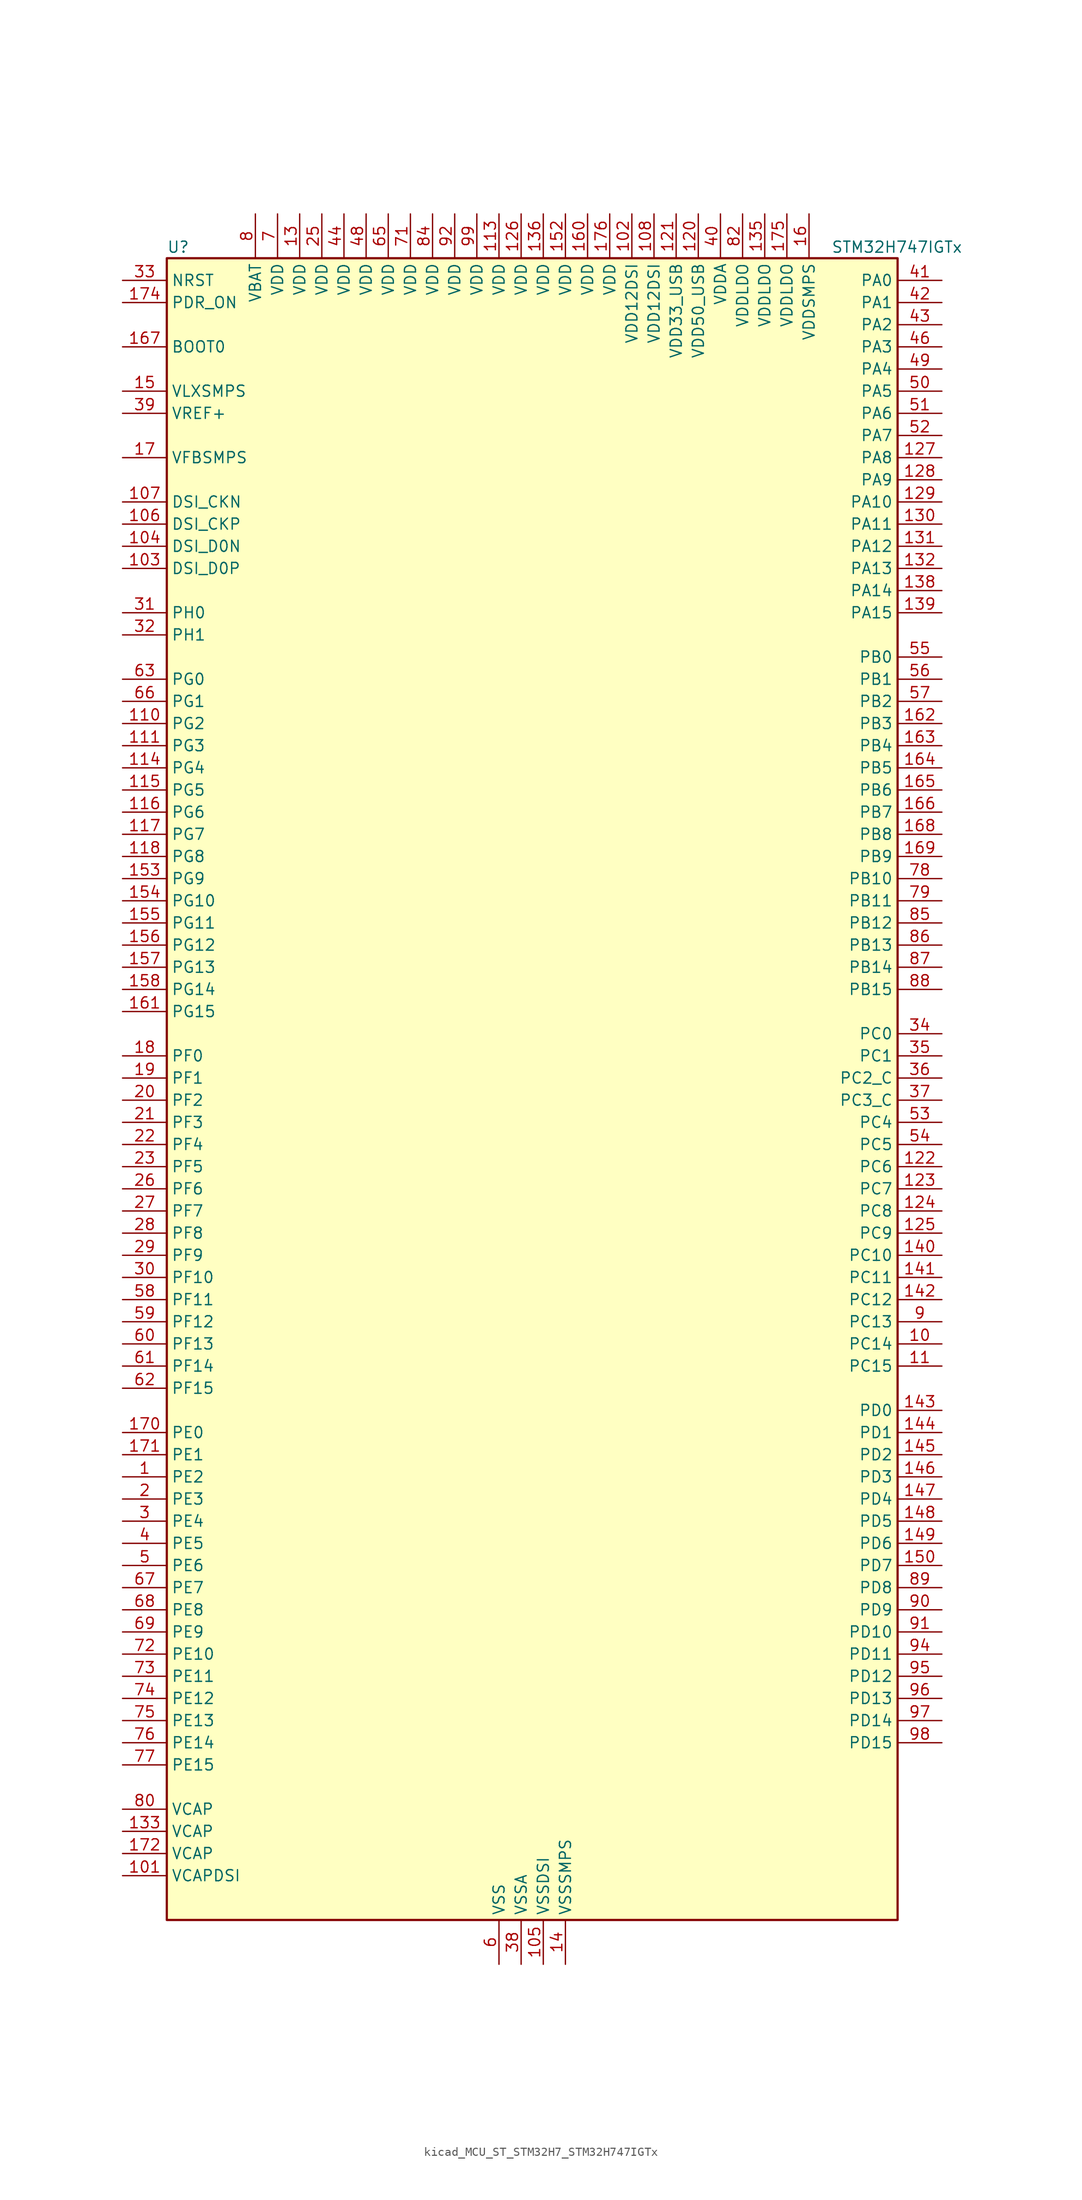
<source format=kicad_sym>
(kicad_symbol_lib
  (version 20220914)
  (generator kicad_symbol_editor)
  (symbol "kicad_MCU_ST_STM32H7_STM32H747IGTx"
    (property "Reference" "U"
      (at -40.64 97.79 0)
      (effects (font (size 1.27 1.27)) (justify left)))
    (property "Value" "STM32H747IGTx"
      (at 35.56 97.79 0)
      (effects (font (size 1.27 1.27)) (justify left)))
    (property "ki_locked" ""
      (at 0 0 0)
      (effects (font (size 1.27 1.27))))
    (symbol "kicad_MCU_ST_STM32H7_STM32H747IGTx_0_1"
      (rectangle (start -40.64 -93.98) (end 43.18 96.52) (stroke (width 0.254) (type default)) (fill (type background))))
    (symbol "kicad_MCU_ST_STM32H7_STM32H747IGTx_1_1"
      (pin bidirectional line (at -45.72 -43.18 0) (length 5.08) (name "PE2" (effects (font (size 1.27 1.27)))) (number "1" (effects (font (size 1.27 1.27)))) (alternate "DEBUG_TRACECLK" bidirectional line) (alternate "ETH_TXD3" bidirectional line) (alternate "FMC_A23" bidirectional line) (alternate "QUADSPI_BK1_IO2" bidirectional line) (alternate "SAI1_CK1" bidirectional line) (alternate "SAI1_MCLK_A" bidirectional line) (alternate "SAI4_CK1" bidirectional line) (alternate "SAI4_MCLK_A" bidirectional line) (alternate "SPI4_SCK" bidirectional line))
      (pin bidirectional line (at 48.26 -27.94 180) (length 5.08) (name "PC14" (effects (font (size 1.27 1.27)))) (number "10" (effects (font (size 1.27 1.27)))) (alternate "RCC_OSC32_IN" bidirectional line))
      (pin passive line (at -2.54 -99.06 90) (length 5.08) hide (name "VSS" (effects (font (size 1.27 1.27)))) (number "100" (effects (font (size 1.27 1.27)))))
      (pin power_out line (at -45.72 -88.9 0) (length 5.08) (name "VCAPDSI" (effects (font (size 1.27 1.27)))) (number "101" (effects (font (size 1.27 1.27)))))
      (pin power_in line (at 12.7 101.6 270) (length 5.08) (name "VDD12DSI" (effects (font (size 1.27 1.27)))) (number "102" (effects (font (size 1.27 1.27)))))
      (pin bidirectional line (at -45.72 60.96 0) (length 5.08) (name "DSI_D0P" (effects (font (size 1.27 1.27)))) (number "103" (effects (font (size 1.27 1.27)))) (alternate "DSIHOST_D0P" bidirectional line))
      (pin bidirectional line (at -45.72 63.5 0) (length 5.08) (name "DSI_D0N" (effects (font (size 1.27 1.27)))) (number "104" (effects (font (size 1.27 1.27)))) (alternate "DSIHOST_D0N" bidirectional line))
      (pin power_in line (at 2.54 -99.06 90) (length 5.08) (name "VSSDSI" (effects (font (size 1.27 1.27)))) (number "105" (effects (font (size 1.27 1.27)))))
      (pin bidirectional line (at -45.72 66.04 0) (length 5.08) (name "DSI_CKP" (effects (font (size 1.27 1.27)))) (number "106" (effects (font (size 1.27 1.27)))) (alternate "DSIHOST_CKP" bidirectional line))
      (pin bidirectional line (at -45.72 68.58 0) (length 5.08) (name "DSI_CKN" (effects (font (size 1.27 1.27)))) (number "107" (effects (font (size 1.27 1.27)))) (alternate "DSIHOST_CKN" bidirectional line))
      (pin power_in line (at 15.24 101.6 270) (length 5.08) (name "VDD12DSI" (effects (font (size 1.27 1.27)))) (number "108" (effects (font (size 1.27 1.27)))))
      (pin passive line (at 2.54 -99.06 90) (length 5.08) hide (name "VSSDSI" (effects (font (size 1.27 1.27)))) (number "109" (effects (font (size 1.27 1.27)))))
      (pin bidirectional line (at 48.26 -30.48 180) (length 5.08) (name "PC15" (effects (font (size 1.27 1.27)))) (number "11" (effects (font (size 1.27 1.27)))) (alternate "ADC1_EXTI15" bidirectional line) (alternate "ADC2_EXTI15" bidirectional line) (alternate "ADC3_EXTI15" bidirectional line) (alternate "RCC_OSC32_OUT" bidirectional line))
      (pin bidirectional line (at -45.72 43.18 0) (length 5.08) (name "PG2" (effects (font (size 1.27 1.27)))) (number "110" (effects (font (size 1.27 1.27)))) (alternate "FMC_A12" bidirectional line) (alternate "TIM8_BKIN" bidirectional line) (alternate "TIM8_BKIN_COMP1" bidirectional line) (alternate "TIM8_BKIN_COMP2" bidirectional line))
      (pin bidirectional line (at -45.72 40.64 0) (length 5.08) (name "PG3" (effects (font (size 1.27 1.27)))) (number "111" (effects (font (size 1.27 1.27)))) (alternate "FMC_A13" bidirectional line) (alternate "TIM8_BKIN2" bidirectional line) (alternate "TIM8_BKIN2_COMP1" bidirectional line) (alternate "TIM8_BKIN2_COMP2" bidirectional line))
      (pin passive line (at -2.54 -99.06 90) (length 5.08) hide (name "VSS" (effects (font (size 1.27 1.27)))) (number "112" (effects (font (size 1.27 1.27)))))
      (pin power_in line (at -2.54 101.6 270) (length 5.08) (name "VDD" (effects (font (size 1.27 1.27)))) (number "113" (effects (font (size 1.27 1.27)))))
      (pin bidirectional line (at -45.72 38.1 0) (length 5.08) (name "PG4" (effects (font (size 1.27 1.27)))) (number "114" (effects (font (size 1.27 1.27)))) (alternate "FMC_A14" bidirectional line) (alternate "FMC_BA0" bidirectional line) (alternate "TIM1_BKIN2" bidirectional line) (alternate "TIM1_BKIN2_COMP1" bidirectional line) (alternate "TIM1_BKIN2_COMP2" bidirectional line))
      (pin bidirectional line (at -45.72 35.56 0) (length 5.08) (name "PG5" (effects (font (size 1.27 1.27)))) (number "115" (effects (font (size 1.27 1.27)))) (alternate "FMC_A15" bidirectional line) (alternate "FMC_BA1" bidirectional line) (alternate "TIM1_ETR" bidirectional line))
      (pin bidirectional line (at -45.72 33.02 0) (length 5.08) (name "PG6" (effects (font (size 1.27 1.27)))) (number "116" (effects (font (size 1.27 1.27)))) (alternate "DCMI_D12" bidirectional line) (alternate "FMC_NE3" bidirectional line) (alternate "HRTIM_CHE1" bidirectional line) (alternate "LTDC_R7" bidirectional line) (alternate "QUADSPI_BK1_NCS" bidirectional line) (alternate "TIM17_BKIN" bidirectional line))
      (pin bidirectional line (at -45.72 30.48 0) (length 5.08) (name "PG7" (effects (font (size 1.27 1.27)))) (number "117" (effects (font (size 1.27 1.27)))) (alternate "DCMI_D13" bidirectional line) (alternate "FMC_INT" bidirectional line) (alternate "HRTIM_CHE2" bidirectional line) (alternate "LTDC_CLK" bidirectional line) (alternate "SAI1_MCLK_A" bidirectional line) (alternate "USART6_CK" bidirectional line))
      (pin bidirectional line (at -45.72 27.94 0) (length 5.08) (name "PG8" (effects (font (size 1.27 1.27)))) (number "118" (effects (font (size 1.27 1.27)))) (alternate "ETH_PPS_OUT" bidirectional line) (alternate "FMC_SDCLK" bidirectional line) (alternate "LTDC_G7" bidirectional line) (alternate "SPDIFRX1_IN2" bidirectional line) (alternate "SPI6_NSS" bidirectional line) (alternate "TIM8_ETR" bidirectional line) (alternate "USART6_DE" bidirectional line) (alternate "USART6_RTS" bidirectional line))
      (pin passive line (at -2.54 -99.06 90) (length 5.08) hide (name "VSS" (effects (font (size 1.27 1.27)))) (number "119" (effects (font (size 1.27 1.27)))))
      (pin passive line (at -2.54 -99.06 90) (length 5.08) hide (name "VSS" (effects (font (size 1.27 1.27)))) (number "12" (effects (font (size 1.27 1.27)))))
      (pin power_in line (at 20.32 101.6 270) (length 5.08) (name "VDD50_USB" (effects (font (size 1.27 1.27)))) (number "120" (effects (font (size 1.27 1.27)))))
      (pin power_in line (at 17.78 101.6 270) (length 5.08) (name "VDD33_USB" (effects (font (size 1.27 1.27)))) (number "121" (effects (font (size 1.27 1.27)))))
      (pin bidirectional line (at 48.26 -7.62 180) (length 5.08) (name "PC6" (effects (font (size 1.27 1.27)))) (number "122" (effects (font (size 1.27 1.27)))) (alternate "DCMI_D0" bidirectional line) (alternate "DFSDM1_CKIN3" bidirectional line) (alternate "FMC_NWAIT" bidirectional line) (alternate "HRTIM_CHA1" bidirectional line) (alternate "I2S2_MCK" bidirectional line) (alternate "LTDC_HSYNC" bidirectional line) (alternate "SDMMC1_D0DIR" bidirectional line) (alternate "SDMMC1_D6" bidirectional line) (alternate "SDMMC2_D6" bidirectional line) (alternate "SWPMI1_IO" bidirectional line) (alternate "TIM3_CH1" bidirectional line) (alternate "TIM8_CH1" bidirectional line) (alternate "USART6_TX" bidirectional line))
      (pin bidirectional line (at 48.26 -10.16 180) (length 5.08) (name "PC7" (effects (font (size 1.27 1.27)))) (number "123" (effects (font (size 1.27 1.27)))) (alternate "DCMI_D1" bidirectional line) (alternate "DEBUG_TRGIO" bidirectional line) (alternate "DFSDM1_DATIN3" bidirectional line) (alternate "FMC_NE1" bidirectional line) (alternate "HRTIM_CHA2" bidirectional line) (alternate "I2S3_MCK" bidirectional line) (alternate "LTDC_G6" bidirectional line) (alternate "SDMMC1_D123DIR" bidirectional line) (alternate "SDMMC1_D7" bidirectional line) (alternate "SDMMC2_D7" bidirectional line) (alternate "SWPMI1_TX" bidirectional line) (alternate "TIM3_CH2" bidirectional line) (alternate "TIM8_CH2" bidirectional line) (alternate "USART6_RX" bidirectional line))
      (pin bidirectional line (at 48.26 -12.7 180) (length 5.08) (name "PC8" (effects (font (size 1.27 1.27)))) (number "124" (effects (font (size 1.27 1.27)))) (alternate "DCMI_D2" bidirectional line) (alternate "DEBUG_TRACED1" bidirectional line) (alternate "FMC_NCE" bidirectional line) (alternate "FMC_NE2" bidirectional line) (alternate "HRTIM_CHB1" bidirectional line) (alternate "SDMMC1_D0" bidirectional line) (alternate "SWPMI1_RX" bidirectional line) (alternate "TIM3_CH3" bidirectional line) (alternate "TIM8_CH3" bidirectional line) (alternate "UART5_DE" bidirectional line) (alternate "UART5_RTS" bidirectional line) (alternate "USART6_CK" bidirectional line))
      (pin bidirectional line (at 48.26 -15.24 180) (length 5.08) (name "PC9" (effects (font (size 1.27 1.27)))) (number "125" (effects (font (size 1.27 1.27)))) (alternate "DAC1_EXTI9" bidirectional line) (alternate "DCMI_D3" bidirectional line) (alternate "I2C3_SDA" bidirectional line) (alternate "I2S_CKIN" bidirectional line) (alternate "LTDC_B2" bidirectional line) (alternate "LTDC_G3" bidirectional line) (alternate "QUADSPI_BK1_IO0" bidirectional line) (alternate "RCC_MCO_2" bidirectional line) (alternate "SDMMC1_D1" bidirectional line) (alternate "SWPMI1_SUSPEND" bidirectional line) (alternate "TIM3_CH4" bidirectional line) (alternate "TIM8_CH4" bidirectional line) (alternate "UART5_CTS" bidirectional line))
      (pin power_in line (at 0 101.6 270) (length 5.08) (name "VDD" (effects (font (size 1.27 1.27)))) (number "126" (effects (font (size 1.27 1.27)))))
      (pin bidirectional line (at 48.26 73.66 180) (length 5.08) (name "PA8" (effects (font (size 1.27 1.27)))) (number "127" (effects (font (size 1.27 1.27)))) (alternate "HRTIM_CHB2" bidirectional line) (alternate "I2C3_SCL" bidirectional line) (alternate "LTDC_B3" bidirectional line) (alternate "LTDC_R6" bidirectional line) (alternate "RCC_MCO_1" bidirectional line) (alternate "TIM1_CH1" bidirectional line) (alternate "TIM8_BKIN2" bidirectional line) (alternate "TIM8_BKIN2_COMP1" bidirectional line) (alternate "TIM8_BKIN2_COMP2" bidirectional line) (alternate "UART7_RX" bidirectional line) (alternate "USART1_CK" bidirectional line) (alternate "USB_OTG_FS_SOF" bidirectional line))
      (pin bidirectional line (at 48.26 71.12 180) (length 5.08) (name "PA9" (effects (font (size 1.27 1.27)))) (number "128" (effects (font (size 1.27 1.27)))) (alternate "DAC1_EXTI9" bidirectional line) (alternate "DCMI_D0" bidirectional line) (alternate "HRTIM_CHC1" bidirectional line) (alternate "I2C3_SMBA" bidirectional line) (alternate "I2S2_CK" bidirectional line) (alternate "LPUART1_TX" bidirectional line) (alternate "LTDC_R5" bidirectional line) (alternate "SPI2_SCK" bidirectional line) (alternate "TIM1_CH2" bidirectional line) (alternate "USART1_TX" bidirectional line) (alternate "USB_OTG_FS_VBUS" bidirectional line))
      (pin bidirectional line (at 48.26 68.58 180) (length 5.08) (name "PA10" (effects (font (size 1.27 1.27)))) (number "129" (effects (font (size 1.27 1.27)))) (alternate "DCMI_D1" bidirectional line) (alternate "HRTIM_CHC2" bidirectional line) (alternate "LPUART1_RX" bidirectional line) (alternate "LTDC_B1" bidirectional line) (alternate "LTDC_B4" bidirectional line) (alternate "MDIOS_MDIO" bidirectional line) (alternate "TIM1_CH3" bidirectional line) (alternate "USART1_RX" bidirectional line) (alternate "USB_OTG_FS_ID" bidirectional line))
      (pin power_in line (at -25.4 101.6 270) (length 5.08) (name "VDD" (effects (font (size 1.27 1.27)))) (number "13" (effects (font (size 1.27 1.27)))))
      (pin bidirectional line (at 48.26 66.04 180) (length 5.08) (name "PA11" (effects (font (size 1.27 1.27)))) (number "130" (effects (font (size 1.27 1.27)))) (alternate "ADC1_EXTI11" bidirectional line) (alternate "ADC2_EXTI11" bidirectional line) (alternate "ADC3_EXTI11" bidirectional line) (alternate "FDCAN1_RX" bidirectional line) (alternate "HRTIM_CHD1" bidirectional line) (alternate "I2S2_WS" bidirectional line) (alternate "LPUART1_CTS" bidirectional line) (alternate "LTDC_R4" bidirectional line) (alternate "SPI2_NSS" bidirectional line) (alternate "TIM1_CH4" bidirectional line) (alternate "UART4_RX" bidirectional line) (alternate "USART1_CTS" bidirectional line) (alternate "USART1_NSS" bidirectional line) (alternate "USB_OTG_FS_DM" bidirectional line))
      (pin bidirectional line (at 48.26 63.5 180) (length 5.08) (name "PA12" (effects (font (size 1.27 1.27)))) (number "131" (effects (font (size 1.27 1.27)))) (alternate "FDCAN1_TX" bidirectional line) (alternate "HRTIM_CHD2" bidirectional line) (alternate "I2S2_CK" bidirectional line) (alternate "LPUART1_DE" bidirectional line) (alternate "LPUART1_RTS" bidirectional line) (alternate "LTDC_R5" bidirectional line) (alternate "SAI2_FS_B" bidirectional line) (alternate "SPI2_SCK" bidirectional line) (alternate "TIM1_ETR" bidirectional line) (alternate "UART4_TX" bidirectional line) (alternate "USART1_DE" bidirectional line) (alternate "USART1_RTS" bidirectional line) (alternate "USB_OTG_FS_DP" bidirectional line))
      (pin bidirectional line (at 48.26 60.96 180) (length 5.08) (name "PA13" (effects (font (size 1.27 1.27)))) (number "132" (effects (font (size 1.27 1.27)))) (alternate "DEBUG_JTMS-SWDIO" bidirectional line))
      (pin power_out line (at -45.72 -83.82 0) (length 5.08) (name "VCAP" (effects (font (size 1.27 1.27)))) (number "133" (effects (font (size 1.27 1.27)))))
      (pin passive line (at -2.54 -99.06 90) (length 5.08) hide (name "VSS" (effects (font (size 1.27 1.27)))) (number "134" (effects (font (size 1.27 1.27)))))
      (pin power_in line (at 27.94 101.6 270) (length 5.08) (name "VDDLDO" (effects (font (size 1.27 1.27)))) (number "135" (effects (font (size 1.27 1.27)))))
      (pin power_in line (at 2.54 101.6 270) (length 5.08) (name "VDD" (effects (font (size 1.27 1.27)))) (number "136" (effects (font (size 1.27 1.27)))))
      (pin passive line (at -2.54 -99.06 90) (length 5.08) hide (name "VSS" (effects (font (size 1.27 1.27)))) (number "137" (effects (font (size 1.27 1.27)))))
      (pin bidirectional line (at 48.26 58.42 180) (length 5.08) (name "PA14" (effects (font (size 1.27 1.27)))) (number "138" (effects (font (size 1.27 1.27)))) (alternate "DEBUG_JTCK-SWCLK" bidirectional line))
      (pin bidirectional line (at 48.26 55.88 180) (length 5.08) (name "PA15" (effects (font (size 1.27 1.27)))) (number "139" (effects (font (size 1.27 1.27)))) (alternate "ADC1_EXTI15" bidirectional line) (alternate "ADC2_EXTI15" bidirectional line) (alternate "ADC3_EXTI15" bidirectional line) (alternate "CEC" bidirectional line) (alternate "DEBUG_JTDI" bidirectional line) (alternate "DSIHOST_TE" bidirectional line) (alternate "HRTIM_FLT1" bidirectional line) (alternate "I2S1_WS" bidirectional line) (alternate "I2S3_WS" bidirectional line) (alternate "SPI1_NSS" bidirectional line) (alternate "SPI3_NSS" bidirectional line) (alternate "SPI6_NSS" bidirectional line) (alternate "TIM2_CH1" bidirectional line) (alternate "TIM2_ETR" bidirectional line) (alternate "UART4_DE" bidirectional line) (alternate "UART4_RTS" bidirectional line) (alternate "UART7_TX" bidirectional line))
      (pin power_in line (at 5.08 -99.06 90) (length 5.08) (name "VSSSMPS" (effects (font (size 1.27 1.27)))) (number "14" (effects (font (size 1.27 1.27)))))
      (pin bidirectional line (at 48.26 -17.78 180) (length 5.08) (name "PC10" (effects (font (size 1.27 1.27)))) (number "140" (effects (font (size 1.27 1.27)))) (alternate "DCMI_D8" bidirectional line) (alternate "DFSDM1_CKIN5" bidirectional line) (alternate "HRTIM_EEV1" bidirectional line) (alternate "I2S3_CK" bidirectional line) (alternate "LTDC_R2" bidirectional line) (alternate "QUADSPI_BK1_IO1" bidirectional line) (alternate "SDMMC1_D2" bidirectional line) (alternate "SPI3_SCK" bidirectional line) (alternate "UART4_TX" bidirectional line) (alternate "USART3_TX" bidirectional line))
      (pin bidirectional line (at 48.26 -20.32 180) (length 5.08) (name "PC11" (effects (font (size 1.27 1.27)))) (number "141" (effects (font (size 1.27 1.27)))) (alternate "ADC1_EXTI11" bidirectional line) (alternate "ADC2_EXTI11" bidirectional line) (alternate "ADC3_EXTI11" bidirectional line) (alternate "DCMI_D4" bidirectional line) (alternate "DFSDM1_DATIN5" bidirectional line) (alternate "HRTIM_FLT2" bidirectional line) (alternate "I2S3_SDI" bidirectional line) (alternate "QUADSPI_BK2_NCS" bidirectional line) (alternate "SDMMC1_D3" bidirectional line) (alternate "SPI3_MISO" bidirectional line) (alternate "UART4_RX" bidirectional line) (alternate "USART3_RX" bidirectional line))
      (pin bidirectional line (at 48.26 -22.86 180) (length 5.08) (name "PC12" (effects (font (size 1.27 1.27)))) (number "142" (effects (font (size 1.27 1.27)))) (alternate "DCMI_D9" bidirectional line) (alternate "DEBUG_TRACED3" bidirectional line) (alternate "HRTIM_EEV2" bidirectional line) (alternate "I2S3_SDO" bidirectional line) (alternate "SDMMC1_CK" bidirectional line) (alternate "SPI3_MOSI" bidirectional line) (alternate "UART5_TX" bidirectional line) (alternate "USART3_CK" bidirectional line))
      (pin bidirectional line (at 48.26 -35.56 180) (length 5.08) (name "PD0" (effects (font (size 1.27 1.27)))) (number "143" (effects (font (size 1.27 1.27)))) (alternate "DFSDM1_CKIN6" bidirectional line) (alternate "FDCAN1_RX" bidirectional line) (alternate "FMC_D2" bidirectional line) (alternate "FMC_DA2" bidirectional line) (alternate "SAI3_SCK_A" bidirectional line) (alternate "UART4_RX" bidirectional line))
      (pin bidirectional line (at 48.26 -38.1 180) (length 5.08) (name "PD1" (effects (font (size 1.27 1.27)))) (number "144" (effects (font (size 1.27 1.27)))) (alternate "DFSDM1_DATIN6" bidirectional line) (alternate "FDCAN1_TX" bidirectional line) (alternate "FMC_D3" bidirectional line) (alternate "FMC_DA3" bidirectional line) (alternate "SAI3_SD_A" bidirectional line) (alternate "UART4_TX" bidirectional line))
      (pin bidirectional line (at 48.26 -40.64 180) (length 5.08) (name "PD2" (effects (font (size 1.27 1.27)))) (number "145" (effects (font (size 1.27 1.27)))) (alternate "DCMI_D11" bidirectional line) (alternate "DEBUG_TRACED2" bidirectional line) (alternate "SDMMC1_CMD" bidirectional line) (alternate "TIM3_ETR" bidirectional line) (alternate "UART5_RX" bidirectional line))
      (pin bidirectional line (at 48.26 -43.18 180) (length 5.08) (name "PD3" (effects (font (size 1.27 1.27)))) (number "146" (effects (font (size 1.27 1.27)))) (alternate "DCMI_D5" bidirectional line) (alternate "DFSDM1_CKOUT" bidirectional line) (alternate "FMC_CLK" bidirectional line) (alternate "I2S2_CK" bidirectional line) (alternate "LTDC_G7" bidirectional line) (alternate "SPI2_SCK" bidirectional line) (alternate "USART2_CTS" bidirectional line) (alternate "USART2_NSS" bidirectional line))
      (pin bidirectional line (at 48.26 -45.72 180) (length 5.08) (name "PD4" (effects (font (size 1.27 1.27)))) (number "147" (effects (font (size 1.27 1.27)))) (alternate "FMC_NOE" bidirectional line) (alternate "HRTIM_FLT3" bidirectional line) (alternate "SAI3_FS_A" bidirectional line) (alternate "USART2_DE" bidirectional line) (alternate "USART2_RTS" bidirectional line))
      (pin bidirectional line (at 48.26 -48.26 180) (length 5.08) (name "PD5" (effects (font (size 1.27 1.27)))) (number "148" (effects (font (size 1.27 1.27)))) (alternate "FMC_NWE" bidirectional line) (alternate "HRTIM_EEV3" bidirectional line) (alternate "USART2_TX" bidirectional line))
      (pin bidirectional line (at 48.26 -50.8 180) (length 5.08) (name "PD6" (effects (font (size 1.27 1.27)))) (number "149" (effects (font (size 1.27 1.27)))) (alternate "DCMI_D10" bidirectional line) (alternate "DFSDM1_CKIN4" bidirectional line) (alternate "DFSDM1_DATIN1" bidirectional line) (alternate "FMC_NWAIT" bidirectional line) (alternate "I2S3_SDO" bidirectional line) (alternate "LTDC_B2" bidirectional line) (alternate "SAI1_D1" bidirectional line) (alternate "SAI1_SD_A" bidirectional line) (alternate "SAI4_D1" bidirectional line) (alternate "SAI4_SD_A" bidirectional line) (alternate "SDMMC2_CK" bidirectional line) (alternate "SPI3_MOSI" bidirectional line) (alternate "USART2_RX" bidirectional line))
      (pin power_in line (at -45.72 81.28 0) (length 5.08) (name "VLXSMPS" (effects (font (size 1.27 1.27)))) (number "15" (effects (font (size 1.27 1.27)))))
      (pin bidirectional line (at 48.26 -53.34 180) (length 5.08) (name "PD7" (effects (font (size 1.27 1.27)))) (number "150" (effects (font (size 1.27 1.27)))) (alternate "DFSDM1_CKIN1" bidirectional line) (alternate "DFSDM1_DATIN4" bidirectional line) (alternate "FMC_NE1" bidirectional line) (alternate "I2S1_SDO" bidirectional line) (alternate "SDMMC2_CMD" bidirectional line) (alternate "SPDIFRX1_IN0" bidirectional line) (alternate "SPI1_MOSI" bidirectional line) (alternate "USART2_CK" bidirectional line))
      (pin passive line (at -2.54 -99.06 90) (length 5.08) hide (name "VSS" (effects (font (size 1.27 1.27)))) (number "151" (effects (font (size 1.27 1.27)))))
      (pin power_in line (at 5.08 101.6 270) (length 5.08) (name "VDD" (effects (font (size 1.27 1.27)))) (number "152" (effects (font (size 1.27 1.27)))))
      (pin bidirectional line (at -45.72 25.4 0) (length 5.08) (name "PG9" (effects (font (size 1.27 1.27)))) (number "153" (effects (font (size 1.27 1.27)))) (alternate "DAC1_EXTI9" bidirectional line) (alternate "DCMI_VSYNC" bidirectional line) (alternate "FMC_NCE" bidirectional line) (alternate "FMC_NE2" bidirectional line) (alternate "I2S1_SDI" bidirectional line) (alternate "QUADSPI_BK2_IO2" bidirectional line) (alternate "SAI2_FS_B" bidirectional line) (alternate "SPDIFRX1_IN3" bidirectional line) (alternate "SPI1_MISO" bidirectional line) (alternate "USART6_RX" bidirectional line))
      (pin bidirectional line (at -45.72 22.86 0) (length 5.08) (name "PG10" (effects (font (size 1.27 1.27)))) (number "154" (effects (font (size 1.27 1.27)))) (alternate "DCMI_D2" bidirectional line) (alternate "FMC_NE3" bidirectional line) (alternate "HRTIM_FLT5" bidirectional line) (alternate "I2S1_WS" bidirectional line) (alternate "LTDC_B2" bidirectional line) (alternate "LTDC_G3" bidirectional line) (alternate "SAI2_SD_B" bidirectional line) (alternate "SPI1_NSS" bidirectional line))
      (pin bidirectional line (at -45.72 20.32 0) (length 5.08) (name "PG11" (effects (font (size 1.27 1.27)))) (number "155" (effects (font (size 1.27 1.27)))) (alternate "ADC1_EXTI11" bidirectional line) (alternate "ADC2_EXTI11" bidirectional line) (alternate "ADC3_EXTI11" bidirectional line) (alternate "DCMI_D3" bidirectional line) (alternate "ETH_TX_EN" bidirectional line) (alternate "HRTIM_EEV4" bidirectional line) (alternate "I2S1_CK" bidirectional line) (alternate "LPTIM1_IN2" bidirectional line) (alternate "LTDC_B3" bidirectional line) (alternate "SDMMC2_D2" bidirectional line) (alternate "SPDIFRX1_IN0" bidirectional line) (alternate "SPI1_SCK" bidirectional line))
      (pin bidirectional line (at -45.72 17.78 0) (length 5.08) (name "PG12" (effects (font (size 1.27 1.27)))) (number "156" (effects (font (size 1.27 1.27)))) (alternate "ETH_TXD1" bidirectional line) (alternate "FMC_NE4" bidirectional line) (alternate "HRTIM_EEV5" bidirectional line) (alternate "LPTIM1_IN1" bidirectional line) (alternate "LTDC_B1" bidirectional line) (alternate "LTDC_B4" bidirectional line) (alternate "SPDIFRX1_IN1" bidirectional line) (alternate "SPI6_MISO" bidirectional line) (alternate "USART6_DE" bidirectional line) (alternate "USART6_RTS" bidirectional line))
      (pin bidirectional line (at -45.72 15.24 0) (length 5.08) (name "PG13" (effects (font (size 1.27 1.27)))) (number "157" (effects (font (size 1.27 1.27)))) (alternate "DEBUG_TRACED0" bidirectional line) (alternate "ETH_TXD0" bidirectional line) (alternate "FMC_A24" bidirectional line) (alternate "HRTIM_EEV10" bidirectional line) (alternate "LPTIM1_OUT" bidirectional line) (alternate "LTDC_R0" bidirectional line) (alternate "SPI6_SCK" bidirectional line) (alternate "USART6_CTS" bidirectional line) (alternate "USART6_NSS" bidirectional line))
      (pin bidirectional line (at -45.72 12.7 0) (length 5.08) (name "PG14" (effects (font (size 1.27 1.27)))) (number "158" (effects (font (size 1.27 1.27)))) (alternate "DEBUG_TRACED1" bidirectional line) (alternate "ETH_TXD1" bidirectional line) (alternate "FMC_A25" bidirectional line) (alternate "LPTIM1_ETR" bidirectional line) (alternate "LTDC_B0" bidirectional line) (alternate "QUADSPI_BK2_IO3" bidirectional line) (alternate "SPI6_MOSI" bidirectional line) (alternate "USART6_TX" bidirectional line))
      (pin passive line (at -2.54 -99.06 90) (length 5.08) hide (name "VSS" (effects (font (size 1.27 1.27)))) (number "159" (effects (font (size 1.27 1.27)))))
      (pin power_in line (at 33.02 101.6 270) (length 5.08) (name "VDDSMPS" (effects (font (size 1.27 1.27)))) (number "16" (effects (font (size 1.27 1.27)))))
      (pin power_in line (at 7.62 101.6 270) (length 5.08) (name "VDD" (effects (font (size 1.27 1.27)))) (number "160" (effects (font (size 1.27 1.27)))))
      (pin bidirectional line (at -45.72 10.16 0) (length 5.08) (name "PG15" (effects (font (size 1.27 1.27)))) (number "161" (effects (font (size 1.27 1.27)))) (alternate "ADC1_EXTI15" bidirectional line) (alternate "ADC2_EXTI15" bidirectional line) (alternate "ADC3_EXTI15" bidirectional line) (alternate "DCMI_D13" bidirectional line) (alternate "FMC_SDNCAS" bidirectional line) (alternate "USART6_CTS" bidirectional line) (alternate "USART6_NSS" bidirectional line))
      (pin bidirectional line (at 48.26 43.18 180) (length 5.08) (name "PB3" (effects (font (size 1.27 1.27)))) (number "162" (effects (font (size 1.27 1.27)))) (alternate "CRS_SYNC" bidirectional line) (alternate "DEBUG_JTDO-SWO" bidirectional line) (alternate "HRTIM_FLT4" bidirectional line) (alternate "I2S1_CK" bidirectional line) (alternate "I2S3_CK" bidirectional line) (alternate "SDMMC2_D2" bidirectional line) (alternate "SPI1_SCK" bidirectional line) (alternate "SPI3_SCK" bidirectional line) (alternate "SPI6_SCK" bidirectional line) (alternate "TIM2_CH2" bidirectional line) (alternate "UART7_RX" bidirectional line))
      (pin bidirectional line (at 48.26 40.64 180) (length 5.08) (name "PB4" (effects (font (size 1.27 1.27)))) (number "163" (effects (font (size 1.27 1.27)))) (alternate "DEBUG_JTRST" bidirectional line) (alternate "HRTIM_EEV6" bidirectional line) (alternate "I2S1_SDI" bidirectional line) (alternate "I2S2_WS" bidirectional line) (alternate "I2S3_SDI" bidirectional line) (alternate "SDMMC2_D3" bidirectional line) (alternate "SPI1_MISO" bidirectional line) (alternate "SPI2_NSS" bidirectional line) (alternate "SPI3_MISO" bidirectional line) (alternate "SPI6_MISO" bidirectional line) (alternate "TIM16_BKIN" bidirectional line) (alternate "TIM3_CH1" bidirectional line) (alternate "UART7_TX" bidirectional line))
      (pin bidirectional line (at 48.26 38.1 180) (length 5.08) (name "PB5" (effects (font (size 1.27 1.27)))) (number "164" (effects (font (size 1.27 1.27)))) (alternate "DCMI_D10" bidirectional line) (alternate "ETH_PPS_OUT" bidirectional line) (alternate "FDCAN2_RX" bidirectional line) (alternate "FMC_SDCKE1" bidirectional line) (alternate "HRTIM_EEV7" bidirectional line) (alternate "I2C1_SMBA" bidirectional line) (alternate "I2C4_SMBA" bidirectional line) (alternate "I2S1_SDO" bidirectional line) (alternate "I2S3_SDO" bidirectional line) (alternate "SPI1_MOSI" bidirectional line) (alternate "SPI3_MOSI" bidirectional line) (alternate "SPI6_MOSI" bidirectional line) (alternate "TIM17_BKIN" bidirectional line) (alternate "TIM3_CH2" bidirectional line) (alternate "UART5_RX" bidirectional line) (alternate "USB_OTG_HS_ULPI_D7" bidirectional line))
      (pin bidirectional line (at 48.26 35.56 180) (length 5.08) (name "PB6" (effects (font (size 1.27 1.27)))) (number "165" (effects (font (size 1.27 1.27)))) (alternate "CEC" bidirectional line) (alternate "DCMI_D5" bidirectional line) (alternate "DFSDM1_DATIN5" bidirectional line) (alternate "FDCAN2_TX" bidirectional line) (alternate "FMC_SDNE1" bidirectional line) (alternate "HRTIM_EEV8" bidirectional line) (alternate "I2C1_SCL" bidirectional line) (alternate "I2C4_SCL" bidirectional line) (alternate "LPUART1_TX" bidirectional line) (alternate "QUADSPI_BK1_NCS" bidirectional line) (alternate "TIM16_CH1N" bidirectional line) (alternate "TIM4_CH1" bidirectional line) (alternate "UART5_TX" bidirectional line) (alternate "USART1_TX" bidirectional line))
      (pin bidirectional line (at 48.26 33.02 180) (length 5.08) (name "PB7" (effects (font (size 1.27 1.27)))) (number "166" (effects (font (size 1.27 1.27)))) (alternate "DCMI_VSYNC" bidirectional line) (alternate "DFSDM1_CKIN5" bidirectional line) (alternate "FMC_NL" bidirectional line) (alternate "HRTIM_EEV9" bidirectional line) (alternate "I2C1_SDA" bidirectional line) (alternate "I2C4_SDA" bidirectional line) (alternate "LPUART1_RX" bidirectional line) (alternate "PWR_PVD_IN" bidirectional line) (alternate "TIM17_CH1N" bidirectional line) (alternate "TIM4_CH2" bidirectional line) (alternate "USART1_RX" bidirectional line))
      (pin input line (at -45.72 86.36 0) (length 5.08) (name "BOOT0" (effects (font (size 1.27 1.27)))) (number "167" (effects (font (size 1.27 1.27)))))
      (pin bidirectional line (at 48.26 30.48 180) (length 5.08) (name "PB8" (effects (font (size 1.27 1.27)))) (number "168" (effects (font (size 1.27 1.27)))) (alternate "DCMI_D6" bidirectional line) (alternate "DFSDM1_CKIN7" bidirectional line) (alternate "ETH_TXD3" bidirectional line) (alternate "FDCAN1_RX" bidirectional line) (alternate "I2C1_SCL" bidirectional line) (alternate "I2C4_SCL" bidirectional line) (alternate "LTDC_B6" bidirectional line) (alternate "SDMMC1_CKIN" bidirectional line) (alternate "SDMMC1_D4" bidirectional line) (alternate "SDMMC2_D4" bidirectional line) (alternate "TIM16_CH1" bidirectional line) (alternate "TIM4_CH3" bidirectional line) (alternate "UART4_RX" bidirectional line))
      (pin bidirectional line (at 48.26 27.94 180) (length 5.08) (name "PB9" (effects (font (size 1.27 1.27)))) (number "169" (effects (font (size 1.27 1.27)))) (alternate "DAC1_EXTI9" bidirectional line) (alternate "DCMI_D7" bidirectional line) (alternate "DFSDM1_DATIN7" bidirectional line) (alternate "FDCAN1_TX" bidirectional line) (alternate "I2C1_SDA" bidirectional line) (alternate "I2C4_SDA" bidirectional line) (alternate "I2C4_SMBA" bidirectional line) (alternate "I2S2_WS" bidirectional line) (alternate "LTDC_B7" bidirectional line) (alternate "SDMMC1_CDIR" bidirectional line) (alternate "SDMMC1_D5" bidirectional line) (alternate "SDMMC2_D5" bidirectional line) (alternate "SPI2_NSS" bidirectional line) (alternate "TIM17_CH1" bidirectional line) (alternate "TIM4_CH4" bidirectional line) (alternate "UART4_TX" bidirectional line))
      (pin input line (at -45.72 73.66 0) (length 5.08) (name "VFBSMPS" (effects (font (size 1.27 1.27)))) (number "17" (effects (font (size 1.27 1.27)))))
      (pin bidirectional line (at -45.72 -38.1 0) (length 5.08) (name "PE0" (effects (font (size 1.27 1.27)))) (number "170" (effects (font (size 1.27 1.27)))) (alternate "DCMI_D2" bidirectional line) (alternate "FMC_NBL0" bidirectional line) (alternate "HRTIM_SCIN" bidirectional line) (alternate "LPTIM1_ETR" bidirectional line) (alternate "LPTIM2_ETR" bidirectional line) (alternate "SAI2_MCLK_A" bidirectional line) (alternate "TIM4_ETR" bidirectional line) (alternate "UART8_RX" bidirectional line))
      (pin bidirectional line (at -45.72 -40.64 0) (length 5.08) (name "PE1" (effects (font (size 1.27 1.27)))) (number "171" (effects (font (size 1.27 1.27)))) (alternate "DCMI_D3" bidirectional line) (alternate "FMC_NBL1" bidirectional line) (alternate "HRTIM_SCOUT" bidirectional line) (alternate "LPTIM1_IN2" bidirectional line) (alternate "UART8_TX" bidirectional line))
      (pin power_out line (at -45.72 -86.36 0) (length 5.08) (name "VCAP" (effects (font (size 1.27 1.27)))) (number "172" (effects (font (size 1.27 1.27)))))
      (pin passive line (at -2.54 -99.06 90) (length 5.08) hide (name "VSS" (effects (font (size 1.27 1.27)))) (number "173" (effects (font (size 1.27 1.27)))))
      (pin input line (at -45.72 91.44 0) (length 5.08) (name "PDR_ON" (effects (font (size 1.27 1.27)))) (number "174" (effects (font (size 1.27 1.27)))))
      (pin power_in line (at 30.48 101.6 270) (length 5.08) (name "VDDLDO" (effects (font (size 1.27 1.27)))) (number "175" (effects (font (size 1.27 1.27)))))
      (pin power_in line (at 10.16 101.6 270) (length 5.08) (name "VDD" (effects (font (size 1.27 1.27)))) (number "176" (effects (font (size 1.27 1.27)))))
      (pin bidirectional line (at -45.72 5.08 0) (length 5.08) (name "PF0" (effects (font (size 1.27 1.27)))) (number "18" (effects (font (size 1.27 1.27)))) (alternate "FMC_A0" bidirectional line) (alternate "I2C2_SDA" bidirectional line))
      (pin bidirectional line (at -45.72 2.54 0) (length 5.08) (name "PF1" (effects (font (size 1.27 1.27)))) (number "19" (effects (font (size 1.27 1.27)))) (alternate "FMC_A1" bidirectional line) (alternate "I2C2_SCL" bidirectional line))
      (pin bidirectional line (at -45.72 -45.72 0) (length 5.08) (name "PE3" (effects (font (size 1.27 1.27)))) (number "2" (effects (font (size 1.27 1.27)))) (alternate "DEBUG_TRACED0" bidirectional line) (alternate "FMC_A19" bidirectional line) (alternate "SAI1_SD_B" bidirectional line) (alternate "SAI4_SD_B" bidirectional line) (alternate "TIM15_BKIN" bidirectional line))
      (pin bidirectional line (at -45.72 0 0) (length 5.08) (name "PF2" (effects (font (size 1.27 1.27)))) (number "20" (effects (font (size 1.27 1.27)))) (alternate "FMC_A2" bidirectional line) (alternate "I2C2_SMBA" bidirectional line))
      (pin bidirectional line (at -45.72 -2.54 0) (length 5.08) (name "PF3" (effects (font (size 1.27 1.27)))) (number "21" (effects (font (size 1.27 1.27)))) (alternate "ADC3_INP5" bidirectional line) (alternate "FMC_A3" bidirectional line))
      (pin bidirectional line (at -45.72 -5.08 0) (length 5.08) (name "PF4" (effects (font (size 1.27 1.27)))) (number "22" (effects (font (size 1.27 1.27)))) (alternate "ADC3_INN5" bidirectional line) (alternate "ADC3_INP9" bidirectional line) (alternate "FMC_A4" bidirectional line))
      (pin bidirectional line (at -45.72 -7.62 0) (length 5.08) (name "PF5" (effects (font (size 1.27 1.27)))) (number "23" (effects (font (size 1.27 1.27)))) (alternate "ADC3_INP4" bidirectional line) (alternate "FMC_A5" bidirectional line))
      (pin passive line (at -2.54 -99.06 90) (length 5.08) hide (name "VSS" (effects (font (size 1.27 1.27)))) (number "24" (effects (font (size 1.27 1.27)))))
      (pin power_in line (at -22.86 101.6 270) (length 5.08) (name "VDD" (effects (font (size 1.27 1.27)))) (number "25" (effects (font (size 1.27 1.27)))))
      (pin bidirectional line (at -45.72 -10.16 0) (length 5.08) (name "PF6" (effects (font (size 1.27 1.27)))) (number "26" (effects (font (size 1.27 1.27)))) (alternate "ADC3_INN4" bidirectional line) (alternate "ADC3_INP8" bidirectional line) (alternate "QUADSPI_BK1_IO3" bidirectional line) (alternate "SAI1_SD_B" bidirectional line) (alternate "SAI4_SD_B" bidirectional line) (alternate "SPI5_NSS" bidirectional line) (alternate "TIM16_CH1" bidirectional line) (alternate "UART7_RX" bidirectional line))
      (pin bidirectional line (at -45.72 -12.7 0) (length 5.08) (name "PF7" (effects (font (size 1.27 1.27)))) (number "27" (effects (font (size 1.27 1.27)))) (alternate "ADC3_INP3" bidirectional line) (alternate "QUADSPI_BK1_IO2" bidirectional line) (alternate "SAI1_MCLK_B" bidirectional line) (alternate "SAI4_MCLK_B" bidirectional line) (alternate "SPI5_SCK" bidirectional line) (alternate "TIM17_CH1" bidirectional line) (alternate "UART7_TX" bidirectional line))
      (pin bidirectional line (at -45.72 -15.24 0) (length 5.08) (name "PF8" (effects (font (size 1.27 1.27)))) (number "28" (effects (font (size 1.27 1.27)))) (alternate "ADC3_INN3" bidirectional line) (alternate "ADC3_INP7" bidirectional line) (alternate "QUADSPI_BK1_IO0" bidirectional line) (alternate "SAI1_SCK_B" bidirectional line) (alternate "SAI4_SCK_B" bidirectional line) (alternate "SPI5_MISO" bidirectional line) (alternate "TIM13_CH1" bidirectional line) (alternate "TIM16_CH1N" bidirectional line) (alternate "UART7_DE" bidirectional line) (alternate "UART7_RTS" bidirectional line))
      (pin bidirectional line (at -45.72 -17.78 0) (length 5.08) (name "PF9" (effects (font (size 1.27 1.27)))) (number "29" (effects (font (size 1.27 1.27)))) (alternate "ADC3_INP2" bidirectional line) (alternate "DAC1_EXTI9" bidirectional line) (alternate "QUADSPI_BK1_IO1" bidirectional line) (alternate "SAI1_FS_B" bidirectional line) (alternate "SAI4_FS_B" bidirectional line) (alternate "SPI5_MOSI" bidirectional line) (alternate "TIM14_CH1" bidirectional line) (alternate "TIM17_CH1N" bidirectional line) (alternate "UART7_CTS" bidirectional line))
      (pin bidirectional line (at -45.72 -48.26 0) (length 5.08) (name "PE4" (effects (font (size 1.27 1.27)))) (number "3" (effects (font (size 1.27 1.27)))) (alternate "DCMI_D4" bidirectional line) (alternate "DEBUG_TRACED1" bidirectional line) (alternate "DFSDM1_DATIN3" bidirectional line) (alternate "FMC_A20" bidirectional line) (alternate "LTDC_B0" bidirectional line) (alternate "SAI1_D2" bidirectional line) (alternate "SAI1_FS_A" bidirectional line) (alternate "SAI4_D2" bidirectional line) (alternate "SAI4_FS_A" bidirectional line) (alternate "SPI4_NSS" bidirectional line) (alternate "TIM15_CH1N" bidirectional line))
      (pin bidirectional line (at -45.72 -20.32 0) (length 5.08) (name "PF10" (effects (font (size 1.27 1.27)))) (number "30" (effects (font (size 1.27 1.27)))) (alternate "ADC3_INN2" bidirectional line) (alternate "ADC3_INP6" bidirectional line) (alternate "DCMI_D11" bidirectional line) (alternate "LTDC_DE" bidirectional line) (alternate "QUADSPI_CLK" bidirectional line) (alternate "SAI1_D3" bidirectional line) (alternate "SAI4_D3" bidirectional line) (alternate "TIM16_BKIN" bidirectional line))
      (pin bidirectional line (at -45.72 55.88 0) (length 5.08) (name "PH0" (effects (font (size 1.27 1.27)))) (number "31" (effects (font (size 1.27 1.27)))) (alternate "RCC_OSC_IN" bidirectional line))
      (pin bidirectional line (at -45.72 53.34 0) (length 5.08) (name "PH1" (effects (font (size 1.27 1.27)))) (number "32" (effects (font (size 1.27 1.27)))) (alternate "RCC_OSC_OUT" bidirectional line))
      (pin input line (at -45.72 93.98 0) (length 5.08) (name "NRST" (effects (font (size 1.27 1.27)))) (number "33" (effects (font (size 1.27 1.27)))))
      (pin bidirectional line (at 48.26 7.62 180) (length 5.08) (name "PC0" (effects (font (size 1.27 1.27)))) (number "34" (effects (font (size 1.27 1.27)))) (alternate "ADC1_INP10" bidirectional line) (alternate "ADC2_INP10" bidirectional line) (alternate "ADC3_INP10" bidirectional line) (alternate "DFSDM1_CKIN0" bidirectional line) (alternate "DFSDM1_DATIN4" bidirectional line) (alternate "FMC_SDNWE" bidirectional line) (alternate "LTDC_R5" bidirectional line) (alternate "SAI2_FS_B" bidirectional line) (alternate "USB_OTG_HS_ULPI_STP" bidirectional line))
      (pin bidirectional line (at 48.26 5.08 180) (length 5.08) (name "PC1" (effects (font (size 1.27 1.27)))) (number "35" (effects (font (size 1.27 1.27)))) (alternate "ADC1_INN10" bidirectional line) (alternate "ADC1_INP11" bidirectional line) (alternate "ADC2_INN10" bidirectional line) (alternate "ADC2_INP11" bidirectional line) (alternate "ADC3_INN10" bidirectional line) (alternate "ADC3_INP11" bidirectional line) (alternate "DEBUG_TRACED0" bidirectional line) (alternate "DFSDM1_CKIN4" bidirectional line) (alternate "DFSDM1_DATIN0" bidirectional line) (alternate "ETH_MDC" bidirectional line) (alternate "I2S2_SDO" bidirectional line) (alternate "MDIOS_MDC" bidirectional line) (alternate "PWR_WKUP5" bidirectional line) (alternate "RTC_TAMP3" bidirectional line) (alternate "SAI1_D1" bidirectional line) (alternate "SAI1_SD_A" bidirectional line) (alternate "SAI4_D1" bidirectional line) (alternate "SAI4_SD_A" bidirectional line) (alternate "SDMMC2_CK" bidirectional line) (alternate "SPI2_MOSI" bidirectional line))
      (pin bidirectional line (at 48.26 2.54 180) (length 5.08) (name "PC2_C" (effects (font (size 1.27 1.27)))) (number "36" (effects (font (size 1.27 1.27)))) (alternate "ADC3_INN1" bidirectional line) (alternate "ADC3_INP0" bidirectional line) (alternate "DFSDM1_CKIN1" bidirectional line) (alternate "DFSDM1_CKOUT" bidirectional line) (alternate "ETH_TXD2" bidirectional line) (alternate "FMC_SDNE0" bidirectional line) (alternate "I2S2_SDI" bidirectional line) (alternate "PWR_CSTOP" bidirectional line) (alternate "SPI2_MISO" bidirectional line) (alternate "USB_OTG_HS_ULPI_DIR" bidirectional line))
      (pin bidirectional line (at 48.26 0 180) (length 5.08) (name "PC3_C" (effects (font (size 1.27 1.27)))) (number "37" (effects (font (size 1.27 1.27)))) (alternate "ADC3_INP1" bidirectional line) (alternate "DFSDM1_DATIN1" bidirectional line) (alternate "ETH_TX_CLK" bidirectional line) (alternate "FMC_SDCKE0" bidirectional line) (alternate "I2S2_SDO" bidirectional line) (alternate "PWR_CSLEEP" bidirectional line) (alternate "SPI2_MOSI" bidirectional line) (alternate "USB_OTG_HS_ULPI_NXT" bidirectional line))
      (pin power_in line (at 0 -99.06 90) (length 5.08) (name "VSSA" (effects (font (size 1.27 1.27)))) (number "38" (effects (font (size 1.27 1.27)))))
      (pin input line (at -45.72 78.74 0) (length 5.08) (name "VREF+" (effects (font (size 1.27 1.27)))) (number "39" (effects (font (size 1.27 1.27)))) (alternate "VREFBUF_OUT" bidirectional line))
      (pin bidirectional line (at -45.72 -50.8 0) (length 5.08) (name "PE5" (effects (font (size 1.27 1.27)))) (number "4" (effects (font (size 1.27 1.27)))) (alternate "DCMI_D6" bidirectional line) (alternate "DEBUG_TRACED2" bidirectional line) (alternate "DFSDM1_CKIN3" bidirectional line) (alternate "FMC_A21" bidirectional line) (alternate "LTDC_G0" bidirectional line) (alternate "SAI1_CK2" bidirectional line) (alternate "SAI1_SCK_A" bidirectional line) (alternate "SAI4_CK2" bidirectional line) (alternate "SAI4_SCK_A" bidirectional line) (alternate "SPI4_MISO" bidirectional line) (alternate "TIM15_CH1" bidirectional line))
      (pin power_in line (at 22.86 101.6 270) (length 5.08) (name "VDDA" (effects (font (size 1.27 1.27)))) (number "40" (effects (font (size 1.27 1.27)))))
      (pin bidirectional line (at 48.26 93.98 180) (length 5.08) (name "PA0" (effects (font (size 1.27 1.27)))) (number "41" (effects (font (size 1.27 1.27)))) (alternate "ADC1_INP16" bidirectional line) (alternate "ETH_CRS" bidirectional line) (alternate "PWR_WKUP0" bidirectional line) (alternate "SAI2_SD_B" bidirectional line) (alternate "SDMMC2_CMD" bidirectional line) (alternate "TIM15_BKIN" bidirectional line) (alternate "TIM2_CH1" bidirectional line) (alternate "TIM2_ETR" bidirectional line) (alternate "TIM5_CH1" bidirectional line) (alternate "TIM8_ETR" bidirectional line) (alternate "UART4_TX" bidirectional line) (alternate "USART2_CTS" bidirectional line) (alternate "USART2_NSS" bidirectional line))
      (pin bidirectional line (at 48.26 91.44 180) (length 5.08) (name "PA1" (effects (font (size 1.27 1.27)))) (number "42" (effects (font (size 1.27 1.27)))) (alternate "ADC1_INN16" bidirectional line) (alternate "ADC1_INP17" bidirectional line) (alternate "ETH_REF_CLK" bidirectional line) (alternate "ETH_RX_CLK" bidirectional line) (alternate "LPTIM3_OUT" bidirectional line) (alternate "LTDC_R2" bidirectional line) (alternate "QUADSPI_BK1_IO3" bidirectional line) (alternate "SAI2_MCLK_B" bidirectional line) (alternate "TIM15_CH1N" bidirectional line) (alternate "TIM2_CH2" bidirectional line) (alternate "TIM5_CH2" bidirectional line) (alternate "UART4_RX" bidirectional line) (alternate "USART2_DE" bidirectional line) (alternate "USART2_RTS" bidirectional line))
      (pin bidirectional line (at 48.26 88.9 180) (length 5.08) (name "PA2" (effects (font (size 1.27 1.27)))) (number "43" (effects (font (size 1.27 1.27)))) (alternate "ADC1_INP14" bidirectional line) (alternate "ADC2_INP14" bidirectional line) (alternate "ETH_MDIO" bidirectional line) (alternate "LPTIM4_OUT" bidirectional line) (alternate "LTDC_R1" bidirectional line) (alternate "MDIOS_MDIO" bidirectional line) (alternate "PWR_WKUP1" bidirectional line) (alternate "SAI2_SCK_B" bidirectional line) (alternate "TIM15_CH1" bidirectional line) (alternate "TIM2_CH3" bidirectional line) (alternate "TIM5_CH3" bidirectional line) (alternate "USART2_TX" bidirectional line))
      (pin power_in line (at -20.32 101.6 270) (length 5.08) (name "VDD" (effects (font (size 1.27 1.27)))) (number "44" (effects (font (size 1.27 1.27)))))
      (pin passive line (at -2.54 -99.06 90) (length 5.08) hide (name "VSS" (effects (font (size 1.27 1.27)))) (number "45" (effects (font (size 1.27 1.27)))))
      (pin bidirectional line (at 48.26 86.36 180) (length 5.08) (name "PA3" (effects (font (size 1.27 1.27)))) (number "46" (effects (font (size 1.27 1.27)))) (alternate "ADC1_INP15" bidirectional line) (alternate "ADC2_INP15" bidirectional line) (alternate "ETH_COL" bidirectional line) (alternate "LPTIM5_OUT" bidirectional line) (alternate "LTDC_B2" bidirectional line) (alternate "LTDC_B5" bidirectional line) (alternate "TIM15_CH2" bidirectional line) (alternate "TIM2_CH4" bidirectional line) (alternate "TIM5_CH4" bidirectional line) (alternate "USART2_RX" bidirectional line) (alternate "USB_OTG_HS_ULPI_D0" bidirectional line))
      (pin passive line (at -2.54 -99.06 90) (length 5.08) hide (name "VSS" (effects (font (size 1.27 1.27)))) (number "47" (effects (font (size 1.27 1.27)))))
      (pin power_in line (at -17.78 101.6 270) (length 5.08) (name "VDD" (effects (font (size 1.27 1.27)))) (number "48" (effects (font (size 1.27 1.27)))))
      (pin bidirectional line (at 48.26 83.82 180) (length 5.08) (name "PA4" (effects (font (size 1.27 1.27)))) (number "49" (effects (font (size 1.27 1.27)))) (alternate "ADC1_INP18" bidirectional line) (alternate "ADC2_INP18" bidirectional line) (alternate "DAC1_OUT1" bidirectional line) (alternate "DCMI_HSYNC" bidirectional line) (alternate "I2S1_WS" bidirectional line) (alternate "I2S3_WS" bidirectional line) (alternate "LTDC_VSYNC" bidirectional line) (alternate "SPI1_NSS" bidirectional line) (alternate "SPI3_NSS" bidirectional line) (alternate "SPI6_NSS" bidirectional line) (alternate "TIM5_ETR" bidirectional line) (alternate "USART2_CK" bidirectional line) (alternate "USB_OTG_HS_SOF" bidirectional line))
      (pin bidirectional line (at -45.72 -53.34 0) (length 5.08) (name "PE6" (effects (font (size 1.27 1.27)))) (number "5" (effects (font (size 1.27 1.27)))) (alternate "DCMI_D7" bidirectional line) (alternate "DEBUG_TRACED3" bidirectional line) (alternate "FMC_A22" bidirectional line) (alternate "LTDC_G1" bidirectional line) (alternate "SAI1_D1" bidirectional line) (alternate "SAI1_SD_A" bidirectional line) (alternate "SAI2_MCLK_B" bidirectional line) (alternate "SAI4_D1" bidirectional line) (alternate "SAI4_SD_A" bidirectional line) (alternate "SPI4_MOSI" bidirectional line) (alternate "TIM15_CH2" bidirectional line) (alternate "TIM1_BKIN2" bidirectional line) (alternate "TIM1_BKIN2_COMP1" bidirectional line) (alternate "TIM1_BKIN2_COMP2" bidirectional line))
      (pin bidirectional line (at 48.26 81.28 180) (length 5.08) (name "PA5" (effects (font (size 1.27 1.27)))) (number "50" (effects (font (size 1.27 1.27)))) (alternate "ADC1_INN18" bidirectional line) (alternate "ADC1_INP19" bidirectional line) (alternate "ADC2_INN18" bidirectional line) (alternate "ADC2_INP19" bidirectional line) (alternate "DAC1_OUT2" bidirectional line) (alternate "I2S1_CK" bidirectional line) (alternate "LTDC_R4" bidirectional line) (alternate "PWR_NDSTOP2" bidirectional line) (alternate "SPI1_SCK" bidirectional line) (alternate "SPI6_SCK" bidirectional line) (alternate "TIM2_CH1" bidirectional line) (alternate "TIM2_ETR" bidirectional line) (alternate "TIM8_CH1N" bidirectional line) (alternate "USB_OTG_HS_ULPI_CK" bidirectional line))
      (pin bidirectional line (at 48.26 78.74 180) (length 5.08) (name "PA6" (effects (font (size 1.27 1.27)))) (number "51" (effects (font (size 1.27 1.27)))) (alternate "ADC1_INP3" bidirectional line) (alternate "ADC2_INP3" bidirectional line) (alternate "DCMI_PIXCLK" bidirectional line) (alternate "I2S1_SDI" bidirectional line) (alternate "LTDC_G2" bidirectional line) (alternate "MDIOS_MDC" bidirectional line) (alternate "SPI1_MISO" bidirectional line) (alternate "SPI6_MISO" bidirectional line) (alternate "TIM13_CH1" bidirectional line) (alternate "TIM1_BKIN" bidirectional line) (alternate "TIM1_BKIN_COMP1" bidirectional line) (alternate "TIM1_BKIN_COMP2" bidirectional line) (alternate "TIM3_CH1" bidirectional line) (alternate "TIM8_BKIN" bidirectional line) (alternate "TIM8_BKIN_COMP1" bidirectional line) (alternate "TIM8_BKIN_COMP2" bidirectional line))
      (pin bidirectional line (at 48.26 76.2 180) (length 5.08) (name "PA7" (effects (font (size 1.27 1.27)))) (number "52" (effects (font (size 1.27 1.27)))) (alternate "ADC1_INN3" bidirectional line) (alternate "ADC1_INP7" bidirectional line) (alternate "ADC2_INN3" bidirectional line) (alternate "ADC2_INP7" bidirectional line) (alternate "ETH_CRS_DV" bidirectional line) (alternate "ETH_RX_DV" bidirectional line) (alternate "FMC_SDNWE" bidirectional line) (alternate "I2S1_SDO" bidirectional line) (alternate "OPAMP1_VINM" bidirectional line) (alternate "OPAMP1_VINM1" bidirectional line) (alternate "SPI1_MOSI" bidirectional line) (alternate "SPI6_MOSI" bidirectional line) (alternate "TIM14_CH1" bidirectional line) (alternate "TIM1_CH1N" bidirectional line) (alternate "TIM3_CH2" bidirectional line) (alternate "TIM8_CH1N" bidirectional line))
      (pin bidirectional line (at 48.26 -2.54 180) (length 5.08) (name "PC4" (effects (font (size 1.27 1.27)))) (number "53" (effects (font (size 1.27 1.27)))) (alternate "ADC1_INP4" bidirectional line) (alternate "ADC2_INP4" bidirectional line) (alternate "COMP1_INM" bidirectional line) (alternate "DFSDM1_CKIN2" bidirectional line) (alternate "ETH_RXD0" bidirectional line) (alternate "FMC_SDNE0" bidirectional line) (alternate "I2S1_MCK" bidirectional line) (alternate "OPAMP1_VOUT" bidirectional line) (alternate "SPDIFRX1_IN2" bidirectional line))
      (pin bidirectional line (at 48.26 -5.08 180) (length 5.08) (name "PC5" (effects (font (size 1.27 1.27)))) (number "54" (effects (font (size 1.27 1.27)))) (alternate "ADC1_INN4" bidirectional line) (alternate "ADC1_INP8" bidirectional line) (alternate "ADC2_INN4" bidirectional line) (alternate "ADC2_INP8" bidirectional line) (alternate "COMP1_OUT" bidirectional line) (alternate "DFSDM1_DATIN2" bidirectional line) (alternate "ETH_RXD1" bidirectional line) (alternate "FMC_SDCKE0" bidirectional line) (alternate "OPAMP1_VINM" bidirectional line) (alternate "OPAMP1_VINM0" bidirectional line) (alternate "SAI1_D3" bidirectional line) (alternate "SAI4_D3" bidirectional line) (alternate "SPDIFRX1_IN3" bidirectional line))
      (pin bidirectional line (at 48.26 50.8 180) (length 5.08) (name "PB0" (effects (font (size 1.27 1.27)))) (number "55" (effects (font (size 1.27 1.27)))) (alternate "ADC1_INN5" bidirectional line) (alternate "ADC1_INP9" bidirectional line) (alternate "ADC2_INN5" bidirectional line) (alternate "ADC2_INP9" bidirectional line) (alternate "COMP1_INP" bidirectional line) (alternate "DFSDM1_CKOUT" bidirectional line) (alternate "ETH_RXD2" bidirectional line) (alternate "LTDC_G1" bidirectional line) (alternate "LTDC_R3" bidirectional line) (alternate "OPAMP1_VINP" bidirectional line) (alternate "TIM1_CH2N" bidirectional line) (alternate "TIM3_CH3" bidirectional line) (alternate "TIM8_CH2N" bidirectional line) (alternate "UART4_CTS" bidirectional line) (alternate "USB_OTG_HS_ULPI_D1" bidirectional line))
      (pin bidirectional line (at 48.26 48.26 180) (length 5.08) (name "PB1" (effects (font (size 1.27 1.27)))) (number "56" (effects (font (size 1.27 1.27)))) (alternate "ADC1_INP5" bidirectional line) (alternate "ADC2_INP5" bidirectional line) (alternate "COMP1_INM" bidirectional line) (alternate "DFSDM1_DATIN1" bidirectional line) (alternate "ETH_RXD3" bidirectional line) (alternate "LTDC_G0" bidirectional line) (alternate "LTDC_R6" bidirectional line) (alternate "TIM1_CH3N" bidirectional line) (alternate "TIM3_CH4" bidirectional line) (alternate "TIM8_CH3N" bidirectional line) (alternate "USB_OTG_HS_ULPI_D2" bidirectional line))
      (pin bidirectional line (at 48.26 45.72 180) (length 5.08) (name "PB2" (effects (font (size 1.27 1.27)))) (number "57" (effects (font (size 1.27 1.27)))) (alternate "COMP1_INP" bidirectional line) (alternate "DFSDM1_CKIN1" bidirectional line) (alternate "I2S3_SDO" bidirectional line) (alternate "QUADSPI_CLK" bidirectional line) (alternate "RTC_OUT_ALARM" bidirectional line) (alternate "RTC_OUT_CALIB" bidirectional line) (alternate "SAI1_D1" bidirectional line) (alternate "SAI1_SD_A" bidirectional line) (alternate "SAI4_D1" bidirectional line) (alternate "SAI4_SD_A" bidirectional line) (alternate "SPI3_MOSI" bidirectional line))
      (pin bidirectional line (at -45.72 -22.86 0) (length 5.08) (name "PF11" (effects (font (size 1.27 1.27)))) (number "58" (effects (font (size 1.27 1.27)))) (alternate "ADC1_EXTI11" bidirectional line) (alternate "ADC1_INP2" bidirectional line) (alternate "ADC2_EXTI11" bidirectional line) (alternate "ADC3_EXTI11" bidirectional line) (alternate "DCMI_D12" bidirectional line) (alternate "FMC_SDNRAS" bidirectional line) (alternate "SAI2_SD_B" bidirectional line) (alternate "SPI5_MOSI" bidirectional line))
      (pin bidirectional line (at -45.72 -25.4 0) (length 5.08) (name "PF12" (effects (font (size 1.27 1.27)))) (number "59" (effects (font (size 1.27 1.27)))) (alternate "ADC1_INN2" bidirectional line) (alternate "ADC1_INP6" bidirectional line) (alternate "FMC_A6" bidirectional line))
      (pin power_in line (at -2.54 -99.06 90) (length 5.08) (name "VSS" (effects (font (size 1.27 1.27)))) (number "6" (effects (font (size 1.27 1.27)))))
      (pin bidirectional line (at -45.72 -27.94 0) (length 5.08) (name "PF13" (effects (font (size 1.27 1.27)))) (number "60" (effects (font (size 1.27 1.27)))) (alternate "ADC2_INP2" bidirectional line) (alternate "DFSDM1_DATIN6" bidirectional line) (alternate "FMC_A7" bidirectional line) (alternate "I2C4_SMBA" bidirectional line))
      (pin bidirectional line (at -45.72 -30.48 0) (length 5.08) (name "PF14" (effects (font (size 1.27 1.27)))) (number "61" (effects (font (size 1.27 1.27)))) (alternate "ADC2_INN2" bidirectional line) (alternate "ADC2_INP6" bidirectional line) (alternate "DFSDM1_CKIN6" bidirectional line) (alternate "FMC_A8" bidirectional line) (alternate "I2C4_SCL" bidirectional line))
      (pin bidirectional line (at -45.72 -33.02 0) (length 5.08) (name "PF15" (effects (font (size 1.27 1.27)))) (number "62" (effects (font (size 1.27 1.27)))) (alternate "ADC1_EXTI15" bidirectional line) (alternate "ADC2_EXTI15" bidirectional line) (alternate "ADC3_EXTI15" bidirectional line) (alternate "FMC_A9" bidirectional line) (alternate "I2C4_SDA" bidirectional line))
      (pin bidirectional line (at -45.72 48.26 0) (length 5.08) (name "PG0" (effects (font (size 1.27 1.27)))) (number "63" (effects (font (size 1.27 1.27)))) (alternate "FMC_A10" bidirectional line))
      (pin passive line (at -2.54 -99.06 90) (length 5.08) hide (name "VSS" (effects (font (size 1.27 1.27)))) (number "64" (effects (font (size 1.27 1.27)))))
      (pin power_in line (at -15.24 101.6 270) (length 5.08) (name "VDD" (effects (font (size 1.27 1.27)))) (number "65" (effects (font (size 1.27 1.27)))))
      (pin bidirectional line (at -45.72 45.72 0) (length 5.08) (name "PG1" (effects (font (size 1.27 1.27)))) (number "66" (effects (font (size 1.27 1.27)))) (alternate "FMC_A11" bidirectional line) (alternate "OPAMP2_VINM" bidirectional line) (alternate "OPAMP2_VINM1" bidirectional line))
      (pin bidirectional line (at -45.72 -55.88 0) (length 5.08) (name "PE7" (effects (font (size 1.27 1.27)))) (number "67" (effects (font (size 1.27 1.27)))) (alternate "COMP2_INM" bidirectional line) (alternate "DFSDM1_DATIN2" bidirectional line) (alternate "FMC_D4" bidirectional line) (alternate "FMC_DA4" bidirectional line) (alternate "OPAMP2_VOUT" bidirectional line) (alternate "QUADSPI_BK2_IO0" bidirectional line) (alternate "TIM1_ETR" bidirectional line) (alternate "UART7_RX" bidirectional line))
      (pin bidirectional line (at -45.72 -58.42 0) (length 5.08) (name "PE8" (effects (font (size 1.27 1.27)))) (number "68" (effects (font (size 1.27 1.27)))) (alternate "COMP2_OUT" bidirectional line) (alternate "DFSDM1_CKIN2" bidirectional line) (alternate "FMC_D5" bidirectional line) (alternate "FMC_DA5" bidirectional line) (alternate "OPAMP2_VINM" bidirectional line) (alternate "OPAMP2_VINM0" bidirectional line) (alternate "QUADSPI_BK2_IO1" bidirectional line) (alternate "TIM1_CH1N" bidirectional line) (alternate "UART7_TX" bidirectional line))
      (pin bidirectional line (at -45.72 -60.96 0) (length 5.08) (name "PE9" (effects (font (size 1.27 1.27)))) (number "69" (effects (font (size 1.27 1.27)))) (alternate "COMP2_INP" bidirectional line) (alternate "DAC1_EXTI9" bidirectional line) (alternate "DFSDM1_CKOUT" bidirectional line) (alternate "FMC_D6" bidirectional line) (alternate "FMC_DA6" bidirectional line) (alternate "OPAMP2_VINP" bidirectional line) (alternate "QUADSPI_BK2_IO2" bidirectional line) (alternate "TIM1_CH1" bidirectional line) (alternate "UART7_DE" bidirectional line) (alternate "UART7_RTS" bidirectional line))
      (pin power_in line (at -27.94 101.6 270) (length 5.08) (name "VDD" (effects (font (size 1.27 1.27)))) (number "7" (effects (font (size 1.27 1.27)))))
      (pin passive line (at -2.54 -99.06 90) (length 5.08) hide (name "VSS" (effects (font (size 1.27 1.27)))) (number "70" (effects (font (size 1.27 1.27)))))
      (pin power_in line (at -12.7 101.6 270) (length 5.08) (name "VDD" (effects (font (size 1.27 1.27)))) (number "71" (effects (font (size 1.27 1.27)))))
      (pin bidirectional line (at -45.72 -63.5 0) (length 5.08) (name "PE10" (effects (font (size 1.27 1.27)))) (number "72" (effects (font (size 1.27 1.27)))) (alternate "COMP2_INM" bidirectional line) (alternate "DFSDM1_DATIN4" bidirectional line) (alternate "FMC_D7" bidirectional line) (alternate "FMC_DA7" bidirectional line) (alternate "QUADSPI_BK2_IO3" bidirectional line) (alternate "TIM1_CH2N" bidirectional line) (alternate "UART7_CTS" bidirectional line))
      (pin bidirectional line (at -45.72 -66.04 0) (length 5.08) (name "PE11" (effects (font (size 1.27 1.27)))) (number "73" (effects (font (size 1.27 1.27)))) (alternate "ADC1_EXTI11" bidirectional line) (alternate "ADC2_EXTI11" bidirectional line) (alternate "ADC3_EXTI11" bidirectional line) (alternate "COMP2_INP" bidirectional line) (alternate "DFSDM1_CKIN4" bidirectional line) (alternate "FMC_D8" bidirectional line) (alternate "FMC_DA8" bidirectional line) (alternate "LTDC_G3" bidirectional line) (alternate "SAI2_SD_B" bidirectional line) (alternate "SPI4_NSS" bidirectional line) (alternate "TIM1_CH2" bidirectional line))
      (pin bidirectional line (at -45.72 -68.58 0) (length 5.08) (name "PE12" (effects (font (size 1.27 1.27)))) (number "74" (effects (font (size 1.27 1.27)))) (alternate "COMP1_OUT" bidirectional line) (alternate "DFSDM1_DATIN5" bidirectional line) (alternate "FMC_D9" bidirectional line) (alternate "FMC_DA9" bidirectional line) (alternate "LTDC_B4" bidirectional line) (alternate "SAI2_SCK_B" bidirectional line) (alternate "SPI4_SCK" bidirectional line) (alternate "TIM1_CH3N" bidirectional line))
      (pin bidirectional line (at -45.72 -71.12 0) (length 5.08) (name "PE13" (effects (font (size 1.27 1.27)))) (number "75" (effects (font (size 1.27 1.27)))) (alternate "COMP2_OUT" bidirectional line) (alternate "DFSDM1_CKIN5" bidirectional line) (alternate "FMC_D10" bidirectional line) (alternate "FMC_DA10" bidirectional line) (alternate "LTDC_DE" bidirectional line) (alternate "SAI2_FS_B" bidirectional line) (alternate "SPI4_MISO" bidirectional line) (alternate "TIM1_CH3" bidirectional line))
      (pin bidirectional line (at -45.72 -73.66 0) (length 5.08) (name "PE14" (effects (font (size 1.27 1.27)))) (number "76" (effects (font (size 1.27 1.27)))) (alternate "FMC_D11" bidirectional line) (alternate "FMC_DA11" bidirectional line) (alternate "LTDC_CLK" bidirectional line) (alternate "SAI2_MCLK_B" bidirectional line) (alternate "SPI4_MOSI" bidirectional line) (alternate "TIM1_CH4" bidirectional line))
      (pin bidirectional line (at -45.72 -76.2 0) (length 5.08) (name "PE15" (effects (font (size 1.27 1.27)))) (number "77" (effects (font (size 1.27 1.27)))) (alternate "ADC1_EXTI15" bidirectional line) (alternate "ADC2_EXTI15" bidirectional line) (alternate "ADC3_EXTI15" bidirectional line) (alternate "FMC_D12" bidirectional line) (alternate "FMC_DA12" bidirectional line) (alternate "LTDC_R7" bidirectional line) (alternate "TIM1_BKIN" bidirectional line) (alternate "TIM1_BKIN_COMP1" bidirectional line) (alternate "TIM1_BKIN_COMP2" bidirectional line))
      (pin bidirectional line (at 48.26 25.4 180) (length 5.08) (name "PB10" (effects (font (size 1.27 1.27)))) (number "78" (effects (font (size 1.27 1.27)))) (alternate "DFSDM1_DATIN7" bidirectional line) (alternate "ETH_RX_ER" bidirectional line) (alternate "HRTIM_SCOUT" bidirectional line) (alternate "I2C2_SCL" bidirectional line) (alternate "I2S2_CK" bidirectional line) (alternate "LPTIM2_IN1" bidirectional line) (alternate "LTDC_G4" bidirectional line) (alternate "QUADSPI_BK1_NCS" bidirectional line) (alternate "SPI2_SCK" bidirectional line) (alternate "TIM2_CH3" bidirectional line) (alternate "USART3_TX" bidirectional line) (alternate "USB_OTG_HS_ULPI_D3" bidirectional line))
      (pin bidirectional line (at 48.26 22.86 180) (length 5.08) (name "PB11" (effects (font (size 1.27 1.27)))) (number "79" (effects (font (size 1.27 1.27)))) (alternate "ADC1_EXTI11" bidirectional line) (alternate "ADC2_EXTI11" bidirectional line) (alternate "ADC3_EXTI11" bidirectional line) (alternate "DFSDM1_CKIN7" bidirectional line) (alternate "DSIHOST_TE" bidirectional line) (alternate "ETH_TX_EN" bidirectional line) (alternate "HRTIM_SCIN" bidirectional line) (alternate "I2C2_SDA" bidirectional line) (alternate "LPTIM2_ETR" bidirectional line) (alternate "LTDC_G5" bidirectional line) (alternate "TIM2_CH4" bidirectional line) (alternate "USART3_RX" bidirectional line) (alternate "USB_OTG_HS_ULPI_D4" bidirectional line))
      (pin power_in line (at -30.48 101.6 270) (length 5.08) (name "VBAT" (effects (font (size 1.27 1.27)))) (number "8" (effects (font (size 1.27 1.27)))))
      (pin power_out line (at -45.72 -81.28 0) (length 5.08) (name "VCAP" (effects (font (size 1.27 1.27)))) (number "80" (effects (font (size 1.27 1.27)))))
      (pin passive line (at -2.54 -99.06 90) (length 5.08) hide (name "VSS" (effects (font (size 1.27 1.27)))) (number "81" (effects (font (size 1.27 1.27)))))
      (pin power_in line (at 25.4 101.6 270) (length 5.08) (name "VDDLDO" (effects (font (size 1.27 1.27)))) (number "82" (effects (font (size 1.27 1.27)))))
      (pin passive line (at -2.54 -99.06 90) (length 5.08) hide (name "VSS" (effects (font (size 1.27 1.27)))) (number "83" (effects (font (size 1.27 1.27)))))
      (pin power_in line (at -10.16 101.6 270) (length 5.08) (name "VDD" (effects (font (size 1.27 1.27)))) (number "84" (effects (font (size 1.27 1.27)))))
      (pin bidirectional line (at 48.26 20.32 180) (length 5.08) (name "PB12" (effects (font (size 1.27 1.27)))) (number "85" (effects (font (size 1.27 1.27)))) (alternate "DFSDM1_DATIN1" bidirectional line) (alternate "ETH_TXD0" bidirectional line) (alternate "FDCAN2_RX" bidirectional line) (alternate "I2C2_SMBA" bidirectional line) (alternate "I2S2_WS" bidirectional line) (alternate "SPI2_NSS" bidirectional line) (alternate "TIM1_BKIN" bidirectional line) (alternate "TIM1_BKIN_COMP1" bidirectional line) (alternate "TIM1_BKIN_COMP2" bidirectional line) (alternate "UART5_RX" bidirectional line) (alternate "USART3_CK" bidirectional line) (alternate "USB_OTG_HS_ID" bidirectional line) (alternate "USB_OTG_HS_ULPI_D5" bidirectional line))
      (pin bidirectional line (at 48.26 17.78 180) (length 5.08) (name "PB13" (effects (font (size 1.27 1.27)))) (number "86" (effects (font (size 1.27 1.27)))) (alternate "DFSDM1_CKIN1" bidirectional line) (alternate "ETH_TXD1" bidirectional line) (alternate "FDCAN2_TX" bidirectional line) (alternate "I2S2_CK" bidirectional line) (alternate "LPTIM2_OUT" bidirectional line) (alternate "SPI2_SCK" bidirectional line) (alternate "TIM1_CH1N" bidirectional line) (alternate "UART5_TX" bidirectional line) (alternate "USART3_CTS" bidirectional line) (alternate "USART3_NSS" bidirectional line) (alternate "USB_OTG_HS_ULPI_D6" bidirectional line) (alternate "USB_OTG_HS_VBUS" bidirectional line))
      (pin bidirectional line (at 48.26 15.24 180) (length 5.08) (name "PB14" (effects (font (size 1.27 1.27)))) (number "87" (effects (font (size 1.27 1.27)))) (alternate "DFSDM1_DATIN2" bidirectional line) (alternate "I2S2_SDI" bidirectional line) (alternate "SDMMC2_D0" bidirectional line) (alternate "SPI2_MISO" bidirectional line) (alternate "TIM12_CH1" bidirectional line) (alternate "TIM1_CH2N" bidirectional line) (alternate "TIM8_CH2N" bidirectional line) (alternate "UART4_DE" bidirectional line) (alternate "UART4_RTS" bidirectional line) (alternate "USART1_TX" bidirectional line) (alternate "USART3_DE" bidirectional line) (alternate "USART3_RTS" bidirectional line) (alternate "USB_OTG_HS_DM" bidirectional line))
      (pin bidirectional line (at 48.26 12.7 180) (length 5.08) (name "PB15" (effects (font (size 1.27 1.27)))) (number "88" (effects (font (size 1.27 1.27)))) (alternate "ADC1_EXTI15" bidirectional line) (alternate "ADC2_EXTI15" bidirectional line) (alternate "ADC3_EXTI15" bidirectional line) (alternate "DFSDM1_CKIN2" bidirectional line) (alternate "I2S2_SDO" bidirectional line) (alternate "RTC_REFIN" bidirectional line) (alternate "SDMMC2_D1" bidirectional line) (alternate "SPI2_MOSI" bidirectional line) (alternate "TIM12_CH2" bidirectional line) (alternate "TIM1_CH3N" bidirectional line) (alternate "TIM8_CH3N" bidirectional line) (alternate "UART4_CTS" bidirectional line) (alternate "USART1_RX" bidirectional line) (alternate "USB_OTG_HS_DP" bidirectional line))
      (pin bidirectional line (at 48.26 -55.88 180) (length 5.08) (name "PD8" (effects (font (size 1.27 1.27)))) (number "89" (effects (font (size 1.27 1.27)))) (alternate "DFSDM1_CKIN3" bidirectional line) (alternate "FMC_D13" bidirectional line) (alternate "FMC_DA13" bidirectional line) (alternate "SAI3_SCK_B" bidirectional line) (alternate "SPDIFRX1_IN1" bidirectional line) (alternate "USART3_TX" bidirectional line))
      (pin bidirectional line (at 48.26 -25.4 180) (length 5.08) (name "PC13" (effects (font (size 1.27 1.27)))) (number "9" (effects (font (size 1.27 1.27)))) (alternate "PWR_WKUP2" bidirectional line) (alternate "RTC_OUT_ALARM" bidirectional line) (alternate "RTC_OUT_CALIB" bidirectional line) (alternate "RTC_TAMP1" bidirectional line) (alternate "RTC_TS" bidirectional line))
      (pin bidirectional line (at 48.26 -58.42 180) (length 5.08) (name "PD9" (effects (font (size 1.27 1.27)))) (number "90" (effects (font (size 1.27 1.27)))) (alternate "DAC1_EXTI9" bidirectional line) (alternate "DFSDM1_DATIN3" bidirectional line) (alternate "FMC_D14" bidirectional line) (alternate "FMC_DA14" bidirectional line) (alternate "SAI3_SD_B" bidirectional line) (alternate "USART3_RX" bidirectional line))
      (pin bidirectional line (at 48.26 -60.96 180) (length 5.08) (name "PD10" (effects (font (size 1.27 1.27)))) (number "91" (effects (font (size 1.27 1.27)))) (alternate "DFSDM1_CKOUT" bidirectional line) (alternate "FMC_D15" bidirectional line) (alternate "FMC_DA15" bidirectional line) (alternate "LTDC_B3" bidirectional line) (alternate "SAI3_FS_B" bidirectional line) (alternate "USART3_CK" bidirectional line))
      (pin power_in line (at -7.62 101.6 270) (length 5.08) (name "VDD" (effects (font (size 1.27 1.27)))) (number "92" (effects (font (size 1.27 1.27)))))
      (pin passive line (at -2.54 -99.06 90) (length 5.08) hide (name "VSS" (effects (font (size 1.27 1.27)))) (number "93" (effects (font (size 1.27 1.27)))))
      (pin bidirectional line (at 48.26 -63.5 180) (length 5.08) (name "PD11" (effects (font (size 1.27 1.27)))) (number "94" (effects (font (size 1.27 1.27)))) (alternate "ADC1_EXTI11" bidirectional line) (alternate "ADC2_EXTI11" bidirectional line) (alternate "ADC3_EXTI11" bidirectional line) (alternate "FMC_A16" bidirectional line) (alternate "FMC_CLE" bidirectional line) (alternate "I2C4_SMBA" bidirectional line) (alternate "LPTIM2_IN2" bidirectional line) (alternate "QUADSPI_BK1_IO0" bidirectional line) (alternate "SAI2_SD_A" bidirectional line) (alternate "USART3_CTS" bidirectional line) (alternate "USART3_NSS" bidirectional line))
      (pin bidirectional line (at 48.26 -66.04 180) (length 5.08) (name "PD12" (effects (font (size 1.27 1.27)))) (number "95" (effects (font (size 1.27 1.27)))) (alternate "FMC_A17" bidirectional line) (alternate "FMC_ALE" bidirectional line) (alternate "I2C4_SCL" bidirectional line) (alternate "LPTIM1_IN1" bidirectional line) (alternate "LPTIM2_IN1" bidirectional line) (alternate "QUADSPI_BK1_IO1" bidirectional line) (alternate "SAI2_FS_A" bidirectional line) (alternate "TIM4_CH1" bidirectional line) (alternate "USART3_DE" bidirectional line) (alternate "USART3_RTS" bidirectional line))
      (pin bidirectional line (at 48.26 -68.58 180) (length 5.08) (name "PD13" (effects (font (size 1.27 1.27)))) (number "96" (effects (font (size 1.27 1.27)))) (alternate "FMC_A18" bidirectional line) (alternate "I2C4_SDA" bidirectional line) (alternate "LPTIM1_OUT" bidirectional line) (alternate "QUADSPI_BK1_IO3" bidirectional line) (alternate "SAI2_SCK_A" bidirectional line) (alternate "TIM4_CH2" bidirectional line))
      (pin bidirectional line (at 48.26 -71.12 180) (length 5.08) (name "PD14" (effects (font (size 1.27 1.27)))) (number "97" (effects (font (size 1.27 1.27)))) (alternate "FMC_D0" bidirectional line) (alternate "FMC_DA0" bidirectional line) (alternate "SAI3_MCLK_B" bidirectional line) (alternate "TIM4_CH3" bidirectional line) (alternate "UART8_CTS" bidirectional line))
      (pin bidirectional line (at 48.26 -73.66 180) (length 5.08) (name "PD15" (effects (font (size 1.27 1.27)))) (number "98" (effects (font (size 1.27 1.27)))) (alternate "ADC1_EXTI15" bidirectional line) (alternate "ADC2_EXTI15" bidirectional line) (alternate "ADC3_EXTI15" bidirectional line) (alternate "FMC_D1" bidirectional line) (alternate "FMC_DA1" bidirectional line) (alternate "SAI3_MCLK_A" bidirectional line) (alternate "TIM4_CH4" bidirectional line) (alternate "UART8_DE" bidirectional line) (alternate "UART8_RTS" bidirectional line))
      (pin power_in line (at -5.08 101.6 270) (length 5.08) (name "VDD" (effects (font (size 1.27 1.27)))) (number "99" (effects (font (size 1.27 1.27))))))))
</source>
